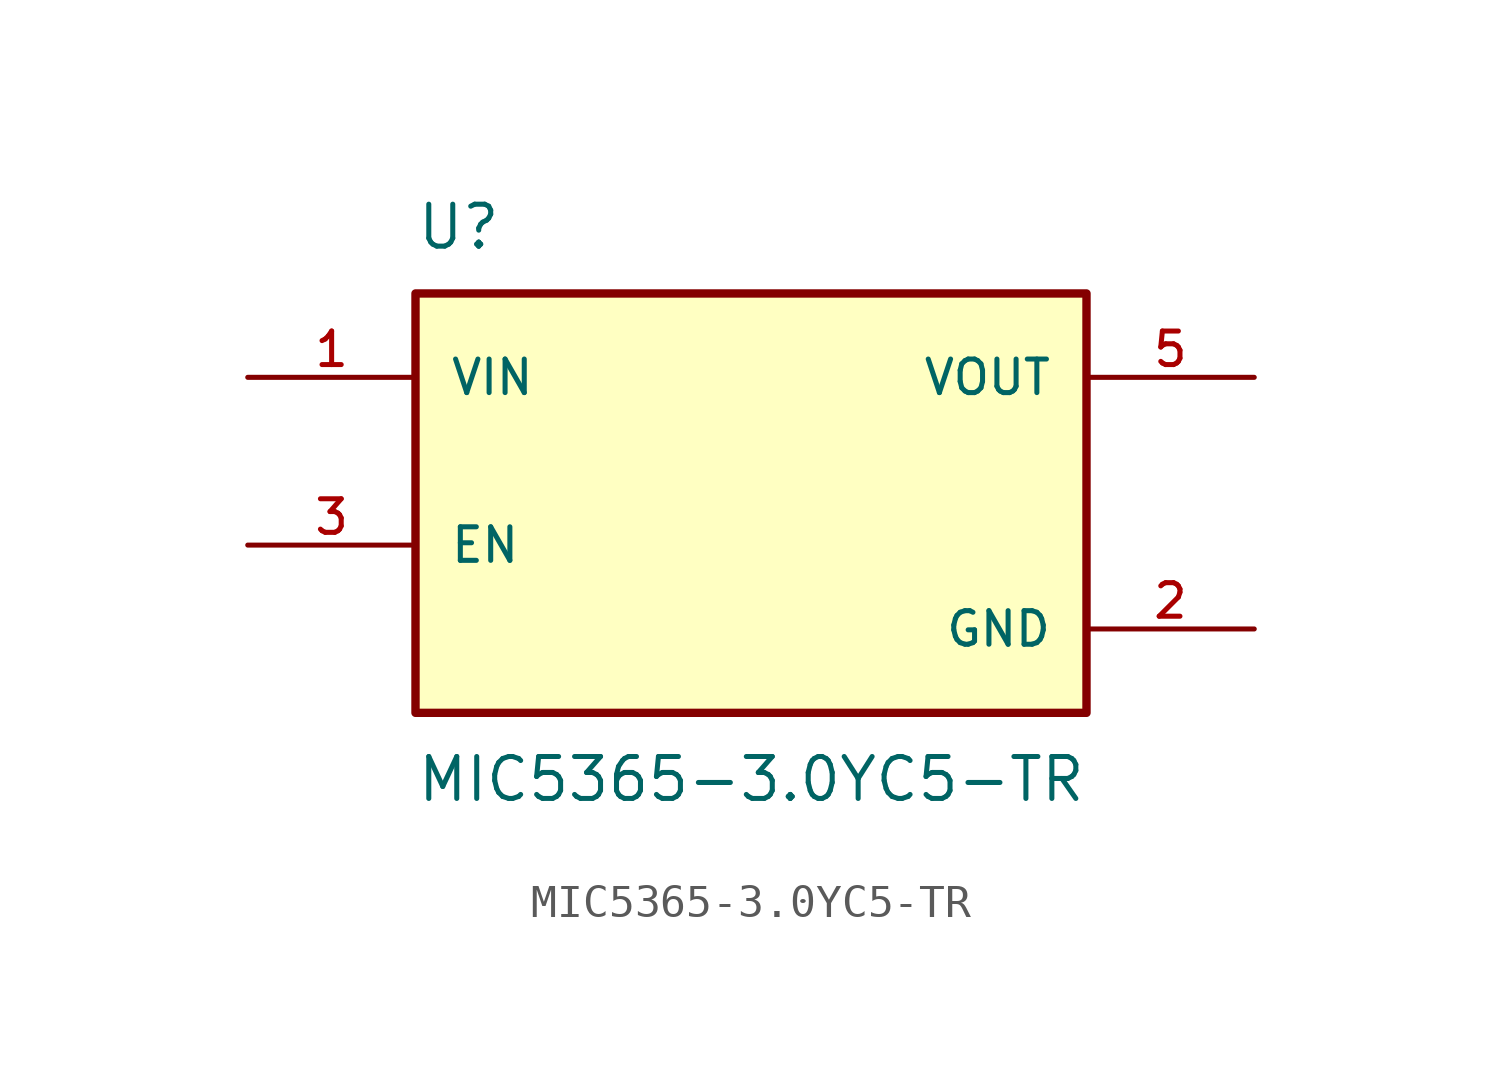
<source format=kicad_sym>
(kicad_symbol_lib
  (version 20211014)
  (generator kicad_symbol_editor)
  (symbol "MIC5365-3.0YC5-TR"
    (pin_names
      (offset 1.016))
    (property "Reference" "U"
      (at -10.16 6.35 0)
      (effects (font (size 1.27 1.27)) (justify bottom left)))
    (property "Value" "MIC5365-3.0YC5-TR"
      (at -10.16 -8.89 0)
      (effects (font (size 1.27 1.27)) (justify top left)))
    (symbol "MIC5365-3.0YC5-TR_0_0"
      (rectangle (start -10.16 -7.62) (end 10.16 5.08) (stroke (width 0.254)) (fill (type background)))
      (pin input line (at -15.24 2.54 0) (length 5.08) (name "VIN" (effects (font (size 1.016 1.016)))) (number "1" (effects (font (size 1.016 1.016)))))
      (pin power_in line (at 15.24 -5.08 180.0) (length 5.08) (name "GND" (effects (font (size 1.016 1.016)))) (number "2" (effects (font (size 1.016 1.016)))))
      (pin input line (at -15.24 -2.54 0) (length 5.08) (name "EN" (effects (font (size 1.016 1.016)))) (number "3" (effects (font (size 1.016 1.016)))))
      (pin output line (at 15.24 2.54 180.0) (length 5.08) (name "VOUT" (effects (font (size 1.016 1.016)))) (number "5" (effects (font (size 1.016 1.016))))))))
</source>
